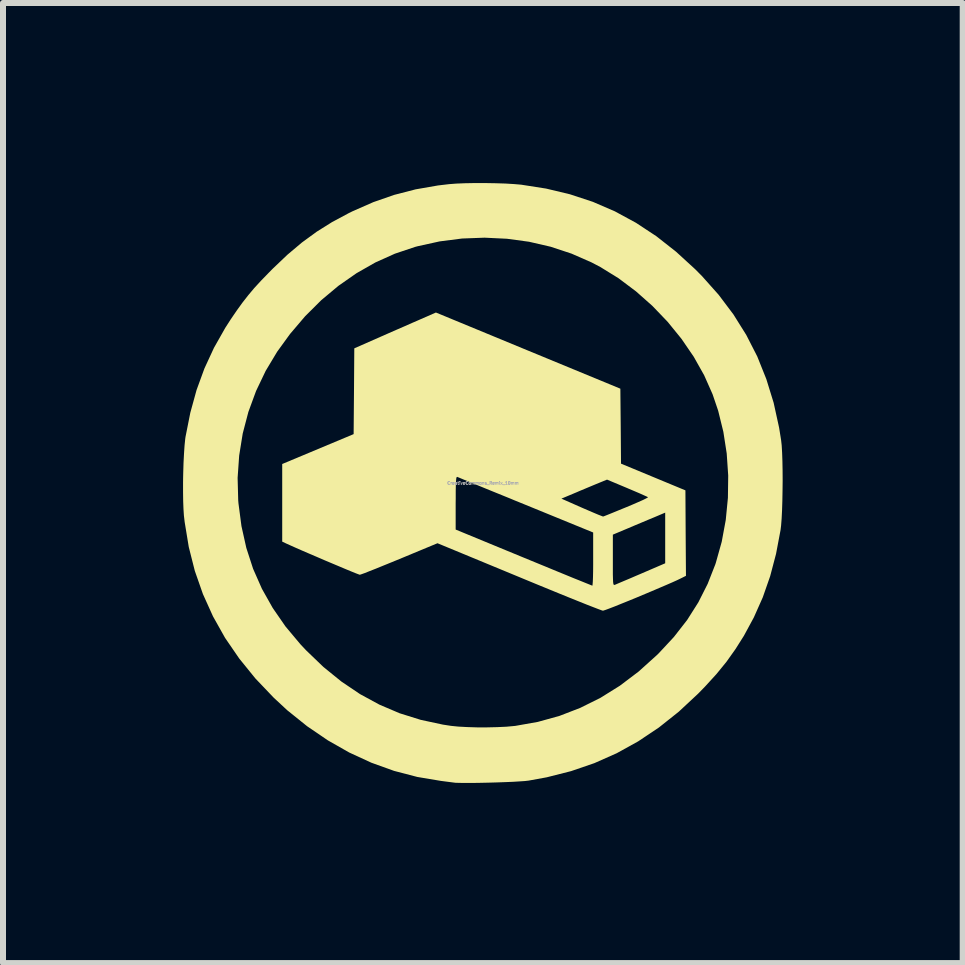
<source format=kicad_pcb>
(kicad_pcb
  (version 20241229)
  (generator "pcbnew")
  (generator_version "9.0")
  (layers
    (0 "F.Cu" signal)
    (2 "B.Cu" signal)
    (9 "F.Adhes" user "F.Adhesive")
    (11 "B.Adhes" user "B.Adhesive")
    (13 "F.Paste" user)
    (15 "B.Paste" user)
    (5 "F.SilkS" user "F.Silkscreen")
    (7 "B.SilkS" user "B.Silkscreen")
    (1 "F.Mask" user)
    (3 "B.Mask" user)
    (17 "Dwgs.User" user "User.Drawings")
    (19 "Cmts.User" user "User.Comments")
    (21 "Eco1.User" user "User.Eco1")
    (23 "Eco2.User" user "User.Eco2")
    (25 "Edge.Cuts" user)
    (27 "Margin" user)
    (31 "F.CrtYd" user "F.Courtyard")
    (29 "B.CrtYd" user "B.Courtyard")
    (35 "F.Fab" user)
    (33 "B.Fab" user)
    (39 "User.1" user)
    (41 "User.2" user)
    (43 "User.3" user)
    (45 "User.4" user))
  (footprint "CreativeCommons_Remix_10mm"
    (layer "F.Cu")
    (at 4.997 4.999)
    (property "Reference" "CreativeCommons_Remix_10mm" (at 0 0 0) (layer "F.Fab") (effects (font (size 0.05 0.05) (thickness 0.013))))
    (attr board_only exclude_from_pos_files exclude_from_bom)
    (fp_poly (pts (xy 0.753 -2.207) (xy 2.289 -1.573) (xy 2.295 -0.949) (xy 2.3 -0.324) (xy 3.373 0.121) (xy 3.377 0.833) (xy 3.382 1.545) (xy 3.296 1.588) (xy 3.238 1.616) (xy 3.156 1.653) (xy 3.055 1.697) (xy 2.94 1.746) (xy 2.816 1.799) (xy 2.685 1.854) (xy 2.554 1.909) (xy 2.427 1.961) (xy 2.308 2.009) (xy 2.202 2.052) (xy 2.114 2.086) (xy 2.047 2.111) (xy 2.007 2.124) (xy 1.998 2.126) (xy 1.975 2.119) (xy 1.921 2.099) (xy 1.838 2.067) (xy 1.73 2.025) (xy 1.598 1.972) (xy 1.446 1.911) (xy 1.276 1.842) (xy 1.091 1.766) (xy 0.893 1.685) (xy 0.685 1.599) (xy 0.598 1.563) (xy -0.758 1.002) (xy -1.391 1.265) (xy -1.535 1.324) (xy -1.668 1.378) (xy -1.788 1.427) (xy -1.89 1.467) (xy -1.97 1.499) (xy -2.026 1.519) (xy -2.051 1.527) (xy -2.052 1.527) (xy -2.073 1.52) (xy -2.123 1.501) (xy -2.197 1.471) (xy -2.291 1.432) (xy -2.4 1.386) (xy -2.519 1.336) (xy -2.645 1.283) (xy -2.772 1.228) (xy -2.896 1.175) (xy -3.012 1.125) (xy -3.117 1.079) (xy -3.204 1.04) (xy -3.271 1.01) (xy -3.286 1.003) (xy -3.345 0.975) (xy -3.345 0.774) (xy -0.455 0.774) (xy 0.677 1.241) (xy 0.869 1.32) (xy 1.052 1.395) (xy 1.221 1.465) (xy 1.375 1.528) (xy 1.511 1.584) (xy 1.626 1.63) (xy 1.717 1.667) (xy 1.782 1.693) (xy 1.817 1.707) (xy 1.823 1.709) (xy 1.826 1.691) (xy 1.83 1.643) (xy 1.833 1.568) (xy 1.835 1.471) (xy 1.836 1.357) (xy 1.836 1.284) (xy 2.164 1.284) (xy 2.164 1.418) (xy 2.164 1.521) (xy 2.166 1.595) (xy 2.168 1.646) (xy 2.172 1.677) (xy 2.178 1.693) (xy 2.187 1.697) (xy 2.197 1.695) (xy 2.198 1.695) (xy 2.223 1.684) (xy 2.277 1.661) (xy 2.355 1.628) (xy 2.45 1.588) (xy 2.559 1.541) (xy 2.634 1.509) (xy 3.036 1.336) (xy 3.036 0.914) (xy 3.036 0.492) (xy 2.85 0.571) (xy 2.76 0.608) (xy 2.651 0.654) (xy 2.534 0.703) (xy 2.424 0.75) (xy 2.414 0.754) (xy 2.164 0.859) (xy 2.164 1.284) (xy 1.836 1.284) (xy 1.836 1.266) (xy 1.836 0.823) (xy 0.714 0.364) (xy 0.522 0.286) (xy 0.458 0.259) (xy 1.307 0.259) (xy 1.649 0.41) (xy 1.753 0.455) (xy 1.844 0.494) (xy 1.92 0.526) (xy 1.974 0.547) (xy 2 0.557) (xy 2.002 0.557) (xy 2.022 0.55) (xy 2.07 0.531) (xy 2.142 0.502) (xy 2.232 0.465) (xy 2.337 0.422) (xy 2.389 0.401) (xy 2.496 0.356) (xy 2.59 0.315) (xy 2.667 0.281) (xy 2.721 0.254) (xy 2.748 0.238) (xy 2.75 0.235) (xy 2.73 0.225) (xy 2.681 0.203) (xy 2.61 0.171) (xy 2.521 0.133) (xy 2.419 0.09) (xy 2.401 0.082) (xy 2.067 -0.058) (xy 1.947 -0.009) (xy 1.886 0.016) (xy 1.802 0.051) (xy 1.704 0.092) (xy 1.601 0.135) (xy 1.567 0.15) (xy 1.307 0.259) (xy 0.458 0.259) (xy 0.34 0.211) (xy 0.17 0.142) (xy 0.016 0.079) (xy -0.12 0.023) (xy -0.235 -0.024) (xy -0.327 -0.061) (xy -0.391 -0.088) (xy -0.426 -0.102) (xy -0.432 -0.104) (xy -0.439 -0.099) (xy -0.445 -0.077) (xy -0.449 -0.033) (xy -0.452 0.035) (xy -0.454 0.131) (xy -0.454 0.259) (xy -0.455 0.33) (xy -0.455 0.774) (xy -3.345 0.774) (xy -3.345 -0.318) (xy -2.75 -0.567) (xy -2.155 -0.816) (xy -2.149 -1.531) (xy -2.144 -2.245) (xy -1.713 -2.435) (xy -1.579 -2.494) (xy -1.44 -2.555) (xy -1.304 -2.614) (xy -1.18 -2.669) (xy -1.076 -2.714) (xy -1.033 -2.733) (xy -0.784 -2.842)) (stroke (width 0) (type solid)) (fill yes) (layer "F.SilkS"))
    (fp_poly (pts (xy 0.034 -4.999) (xy 0.207 -4.996) (xy 0.372 -4.991) (xy 0.519 -4.982) (xy 0.636 -4.972) (xy 1.052 -4.907) (xy 1.449 -4.812) (xy 1.831 -4.686) (xy 2.197 -4.528) (xy 2.549 -4.337) (xy 2.889 -4.113) (xy 3.217 -3.855) (xy 3.536 -3.563) (xy 3.648 -3.45) (xy 3.927 -3.137) (xy 4.173 -2.81) (xy 4.387 -2.468) (xy 4.57 -2.11) (xy 4.721 -1.733) (xy 4.843 -1.338) (xy 4.934 -0.923) (xy 4.967 -0.718) (xy 4.977 -0.628) (xy 4.984 -0.509) (xy 4.989 -0.367) (xy 4.992 -0.208) (xy 4.993 -0.04) (xy 4.991 0.13) (xy 4.988 0.297) (xy 4.983 0.454) (xy 4.976 0.593) (xy 4.967 0.708) (xy 4.958 0.782) (xy 4.883 1.179) (xy 4.785 1.551) (xy 4.662 1.903) (xy 4.513 2.238) (xy 4.348 2.543) (xy 4.207 2.766) (xy 4.057 2.977) (xy 3.89 3.182) (xy 3.7 3.39) (xy 3.583 3.51) (xy 3.262 3.809) (xy 2.93 4.073) (xy 2.586 4.303) (xy 2.228 4.501) (xy 1.856 4.666) (xy 1.468 4.799) (xy 1.062 4.902) (xy 0.76 4.957) (xy 0.699 4.964) (xy 0.61 4.97) (xy 0.499 4.977) (xy 0.373 4.982) (xy 0.236 4.987) (xy 0.096 4.991) (xy -0.043 4.994) (xy -0.173 4.996) (xy -0.29 4.996) (xy -0.387 4.995) (xy -0.458 4.993) (xy -0.491 4.989) (xy -0.529 4.984) (xy -0.592 4.976) (xy -0.669 4.966) (xy -0.7 4.962) (xy -1.094 4.896) (xy -1.481 4.795) (xy -1.859 4.659) (xy -2.228 4.489) (xy -2.585 4.286) (xy -2.93 4.051) (xy -3.262 3.784) (xy -3.488 3.574) (xy -3.792 3.255) (xy -4.061 2.923) (xy -4.297 2.579) (xy -4.498 2.221) (xy -4.666 1.849) (xy -4.801 1.463) (xy -4.902 1.064) (xy -4.97 0.65) (xy -4.983 0.54) (xy -4.99 0.433) (xy -4.995 0.301) (xy -4.997 0.149) (xy -4.997 -0.013) (xy -4.996 -0.087) (xy -4.088 -0.087) (xy -4.078 0.288) (xy -4.074 0.336) (xy -4.024 0.717) (xy -3.943 1.08) (xy -3.83 1.428) (xy -3.683 1.761) (xy -3.503 2.081) (xy -3.29 2.389) (xy -3.042 2.685) (xy -2.947 2.786) (xy -2.658 3.064) (xy -2.358 3.307) (xy -2.048 3.516) (xy -1.724 3.692) (xy -1.388 3.835) (xy -1.036 3.945) (xy -0.668 4.024) (xy -0.531 4.045) (xy -0.411 4.057) (xy -0.263 4.065) (xy -0.1 4.07) (xy 0.07 4.07) (xy 0.237 4.066) (xy 0.39 4.059) (xy 0.52 4.047) (xy 0.54 4.045) (xy 0.913 3.979) (xy 1.274 3.879) (xy 1.621 3.745) (xy 1.957 3.578) (xy 2.281 3.376) (xy 2.593 3.14) (xy 2.894 2.869) (xy 2.928 2.836) (xy 3.181 2.564) (xy 3.401 2.282) (xy 3.588 1.987) (xy 3.744 1.678) (xy 3.872 1.352) (xy 3.88 1.327) (xy 3.978 0.977) (xy 4.045 0.615) (xy 4.081 0.246) (xy 4.086 -0.125) (xy 4.061 -0.494) (xy 4.005 -0.855) (xy 3.919 -1.205) (xy 3.826 -1.479) (xy 3.685 -1.797) (xy 3.511 -2.106) (xy 3.307 -2.404) (xy 3.077 -2.687) (xy 2.823 -2.952) (xy 2.55 -3.194) (xy 2.26 -3.412) (xy 1.956 -3.6) (xy 1.809 -3.677) (xy 1.476 -3.823) (xy 1.128 -3.938) (xy 0.768 -4.021) (xy 0.4 -4.071) (xy 0.027 -4.089) (xy -0.348 -4.075) (xy -0.722 -4.027) (xy -1.09 -3.946) (xy -1.135 -3.934) (xy -1.468 -3.822) (xy -1.793 -3.676) (xy -2.107 -3.497) (xy -2.408 -3.287) (xy -2.695 -3.047) (xy -2.964 -2.779) (xy -3.215 -2.484) (xy -3.429 -2.189) (xy -3.621 -1.869) (xy -3.781 -1.534) (xy -3.909 -1.185) (xy -4.003 -0.826) (xy -4.062 -0.459) (xy -4.088 -0.087) (xy -4.996 -0.087) (xy -4.994 -0.179) (xy -4.989 -0.342) (xy -4.981 -0.494) (xy -4.972 -0.627) (xy -4.961 -0.735) (xy -4.956 -0.771) (xy -4.876 -1.173) (xy -4.772 -1.551) (xy -4.641 -1.91) (xy -4.482 -2.254) (xy -4.293 -2.588) (xy -4.201 -2.731) (xy -4.099 -2.88) (xy -4.005 -3.01) (xy -3.911 -3.13) (xy -3.812 -3.248) (xy -3.7 -3.37) (xy -3.57 -3.504) (xy -3.501 -3.574) (xy -3.257 -3.806) (xy -3.016 -4.009) (xy -2.771 -4.188) (xy -2.514 -4.349) (xy -2.238 -4.497) (xy -2.173 -4.529) (xy -1.827 -4.681) (xy -1.479 -4.802) (xy -1.123 -4.894) (xy -0.75 -4.959) (xy -0.564 -4.981) (xy -0.446 -4.99) (xy -0.301 -4.996) (xy -0.138 -4.999)) (stroke (width 0) (type solid)) (fill yes) (layer "F.SilkS")))
  (gr_rect
    (start -3 -3)
    (end 12.99 12.996)
    (stroke (width 0.1) (type default))
    (fill no)
    (layer "Edge.Cuts")))
</source>
